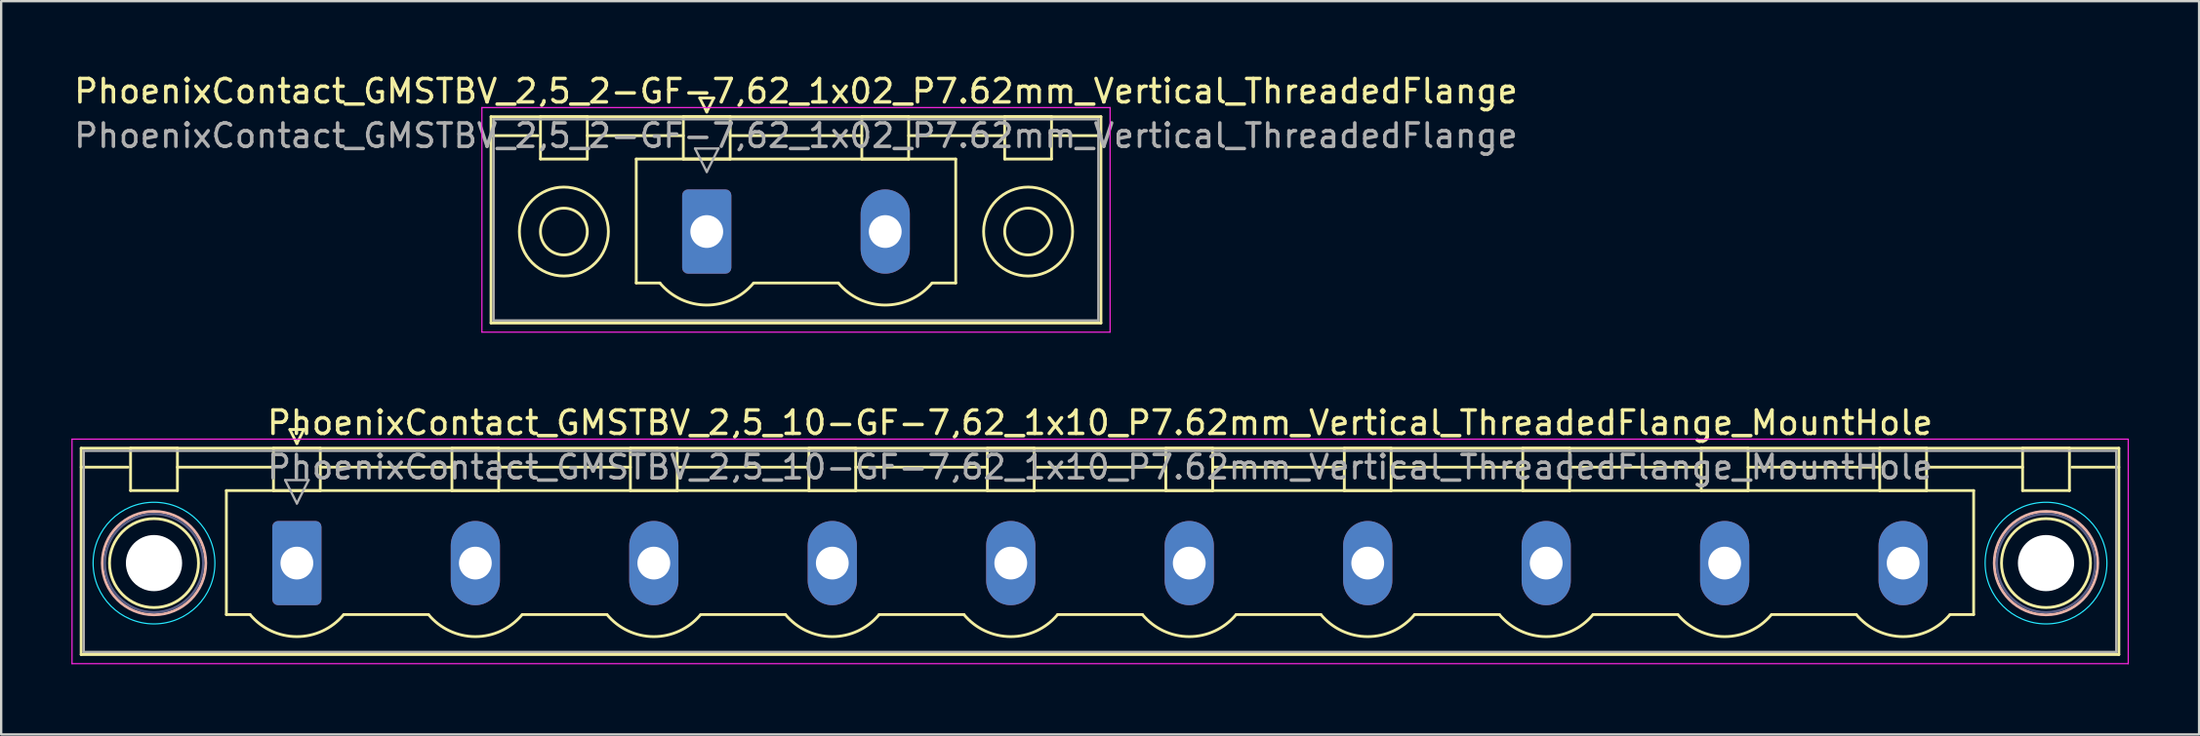
<source format=kicad_pcb>
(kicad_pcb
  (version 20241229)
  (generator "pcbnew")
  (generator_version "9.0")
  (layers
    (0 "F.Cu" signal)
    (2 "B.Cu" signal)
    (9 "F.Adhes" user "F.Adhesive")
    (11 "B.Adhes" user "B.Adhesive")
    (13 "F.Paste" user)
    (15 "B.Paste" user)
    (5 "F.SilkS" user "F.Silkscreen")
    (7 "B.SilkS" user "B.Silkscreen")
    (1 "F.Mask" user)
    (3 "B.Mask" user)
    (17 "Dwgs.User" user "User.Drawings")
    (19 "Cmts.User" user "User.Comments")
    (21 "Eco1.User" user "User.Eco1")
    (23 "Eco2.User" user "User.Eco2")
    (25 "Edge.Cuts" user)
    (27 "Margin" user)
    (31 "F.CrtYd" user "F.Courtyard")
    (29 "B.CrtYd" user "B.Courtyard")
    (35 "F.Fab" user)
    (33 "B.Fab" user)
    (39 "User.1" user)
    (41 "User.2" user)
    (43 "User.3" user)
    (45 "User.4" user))
  (footprint "PhoenixContact_GMSTBV_2,5_2-GF-7,62_1x02_P7.62mm_Vertical_ThreadedFlange"
    (layer "F.Cu")
    (at 27.125 6.848)
    (property "Reference" "PhoenixContact_GMSTBV_2,5_2-GF-7,62_1x02_P7.62mm_Vertical_ThreadedFlange" (at 3.81 -6 0) (layer "F.SilkS") (effects (font (size 1 1) (thickness 0.15))))
    (attr through_hole)
    (fp_line (start -9.21 -4.91) (end -9.21 3.91) (stroke (width 0.12) (type solid)) (layer "F.SilkS"))
    (fp_line (start -9.21 -4.1) (end -7.21 -4.1) (stroke (width 0.12) (type solid)) (layer "F.SilkS"))
    (fp_line (start -9.21 3.91) (end 16.83 3.91) (stroke (width 0.12) (type solid)) (layer "F.SilkS"))
    (fp_line (start -7.1 -4.91) (end -5.1 -4.91) (stroke (width 0.12) (type solid)) (layer "F.SilkS"))
    (fp_line (start -7.1 -3.1) (end -7.1 -4.91) (stroke (width 0.12) (type solid)) (layer "F.SilkS"))
    (fp_line (start -5.1 -4.91) (end -5.1 -3.1) (stroke (width 0.12) (type solid)) (layer "F.SilkS"))
    (fp_line (start -5.1 -4.1) (end -1 -4.1) (stroke (width 0.12) (type solid)) (layer "F.SilkS"))
    (fp_line (start -5.1 -3.1) (end -7.1 -3.1) (stroke (width 0.12) (type solid)) (layer "F.SilkS"))
    (fp_line (start -3.01 -3.1) (end 10.63 -3.1) (stroke (width 0.12) (type solid)) (layer "F.SilkS"))
    (fp_line (start -3.01 2.2) (end -3.01 -3.1) (stroke (width 0.12) (type solid)) (layer "F.SilkS"))
    (fp_line (start -2 2.2) (end -3.01 2.2) (stroke (width 0.12) (type solid)) (layer "F.SilkS"))
    (fp_line (start -1 -4.91) (end 1 -4.91) (stroke (width 0.12) (type solid)) (layer "F.SilkS"))
    (fp_line (start -1 -3.1) (end -1 -4.91) (stroke (width 0.12) (type solid)) (layer "F.SilkS"))
    (fp_line (start -0.3 -5.71) (end 0.3 -5.71) (stroke (width 0.12) (type solid)) (layer "F.SilkS"))
    (fp_line (start 0 -5.11) (end -0.3 -5.71) (stroke (width 0.12) (type solid)) (layer "F.SilkS"))
    (fp_line (start 0.3 -5.71) (end 0 -5.11) (stroke (width 0.12) (type solid)) (layer "F.SilkS"))
    (fp_line (start 1 -4.91) (end 1 -3.1) (stroke (width 0.12) (type solid)) (layer "F.SilkS"))
    (fp_line (start 1 -4.1) (end 6.62 -4.1) (stroke (width 0.12) (type solid)) (layer "F.SilkS"))
    (fp_line (start 1 -3.1) (end -1 -3.1) (stroke (width 0.12) (type solid)) (layer "F.SilkS"))
    (fp_line (start 2 2.2) (end 5.62 2.2) (stroke (width 0.12) (type solid)) (layer "F.SilkS"))
    (fp_line (start 6.62 -4.91) (end 8.62 -4.91) (stroke (width 0.12) (type solid)) (layer "F.SilkS"))
    (fp_line (start 6.62 -3.1) (end 6.62 -4.91) (stroke (width 0.12) (type solid)) (layer "F.SilkS"))
    (fp_line (start 8.62 -4.91) (end 8.62 -3.1) (stroke (width 0.12) (type solid)) (layer "F.SilkS"))
    (fp_line (start 8.62 -4.1) (end 12.72 -4.1) (stroke (width 0.12) (type solid)) (layer "F.SilkS"))
    (fp_line (start 8.62 -3.1) (end 6.62 -3.1) (stroke (width 0.12) (type solid)) (layer "F.SilkS"))
    (fp_line (start 10.63 -3.1) (end 10.63 2.2) (stroke (width 0.12) (type solid)) (layer "F.SilkS"))
    (fp_line (start 10.63 2.2) (end 9.62 2.2) (stroke (width 0.12) (type solid)) (layer "F.SilkS"))
    (fp_line (start 12.72 -4.91) (end 14.72 -4.91) (stroke (width 0.12) (type solid)) (layer "F.SilkS"))
    (fp_line (start 12.72 -3.1) (end 12.72 -4.91) (stroke (width 0.12) (type solid)) (layer "F.SilkS"))
    (fp_line (start 14.72 -4.91) (end 14.72 -3.1) (stroke (width 0.12) (type solid)) (layer "F.SilkS"))
    (fp_line (start 14.72 -3.1) (end 12.72 -3.1) (stroke (width 0.12) (type solid)) (layer "F.SilkS"))
    (fp_line (start 16.83 -4.91) (end -9.21 -4.91) (stroke (width 0.12) (type solid)) (layer "F.SilkS"))
    (fp_line (start 16.83 -4.1) (end 14.83 -4.1) (stroke (width 0.12) (type solid)) (layer "F.SilkS"))
    (fp_line (start 16.83 3.91) (end 16.83 -4.91) (stroke (width 0.12) (type solid)) (layer "F.SilkS"))
    (fp_arc (start 1.986842 2.215821) (mid -0.010289 3.142758) (end -2 2.2) (stroke (width 0.12) (type solid)) (layer "F.SilkS"))
    (fp_arc (start 9.606842 2.215821) (mid 7.609711 3.142758) (end 5.62 2.2) (stroke (width 0.12) (type solid)) (layer "F.SilkS"))
    (fp_circle (center -6.1 0) (end -5.1 0) (stroke (width 0.12) (type solid)) (fill no) (layer "F.SilkS"))
    (fp_circle (center -6.1 0) (end -4.2 0) (stroke (width 0.12) (type solid)) (fill no) (layer "F.SilkS"))
    (fp_circle (center 13.72 0) (end 14.72 0) (stroke (width 0.12) (type solid)) (fill no) (layer "F.SilkS"))
    (fp_circle (center 13.72 0) (end 15.62 0) (stroke (width 0.12) (type solid)) (fill no) (layer "F.SilkS"))
    (fp_line (start -9.6 -5.3) (end -9.6 4.3) (stroke (width 0.05) (type solid)) (layer "F.CrtYd"))
    (fp_line (start -9.6 4.3) (end 17.22 4.3) (stroke (width 0.05) (type solid)) (layer "F.CrtYd"))
    (fp_line (start 17.22 -5.3) (end -9.6 -5.3) (stroke (width 0.05) (type solid)) (layer "F.CrtYd"))
    (fp_line (start 17.22 4.3) (end 17.22 -5.3) (stroke (width 0.05) (type solid)) (layer "F.CrtYd"))
    (fp_line (start -9.1 -4.8) (end -9.1 3.8) (stroke (width 0.1) (type solid)) (layer "F.Fab"))
    (fp_line (start -9.1 3.8) (end 16.72 3.8) (stroke (width 0.1) (type solid)) (layer "F.Fab"))
    (fp_line (start -0.5 -3.55) (end 0.5 -3.55) (stroke (width 0.1) (type solid)) (layer "F.Fab"))
    (fp_line (start 0 -2.55) (end -0.5 -3.55) (stroke (width 0.1) (type solid)) (layer "F.Fab"))
    (fp_line (start 0.5 -3.55) (end 0 -2.55) (stroke (width 0.1) (type solid)) (layer "F.Fab"))
    (fp_line (start 16.72 -4.8) (end -9.1 -4.8) (stroke (width 0.1) (type solid)) (layer "F.Fab"))
    (fp_line (start 16.72 3.8) (end 16.72 -4.8) (stroke (width 0.1) (type solid)) (layer "F.Fab"))
    (fp_text user "${REFERENCE}" (at 3.81 -4.1 0) (layer "F.Fab") (effects (font (size 1 1) (thickness 0.15))))
    (pad "1" thru_hole roundrect (at 0 0) (size 2.1 3.6) (drill 1.4) (layers "*.Cu" "*.Mask") (roundrect_rratio 0.119))
    (pad "2" thru_hole oval (at 7.62 0) (size 2.1 3.6) (drill 1.4) (layers "*.Cu" "*.Mask")))
  (footprint "PhoenixContact_GMSTBV_2,5_10-GF-7,62_1x10_P7.62mm_Vertical_ThreadedFlange_MountHole"
    (layer "F.Cu")
    (at 9.625 21.021)
    (property "Reference" "PhoenixContact_GMSTBV_2,5_10-GF-7,62_1x10_P7.62mm_Vertical_ThreadedFlange_MountHole" (at 34.29 -6 0) (layer "F.SilkS") (effects (font (size 1 1) (thickness 0.15))))
    (attr through_hole)
    (fp_line (start -9.21 -4.91) (end -9.21 3.91) (stroke (width 0.12) (type solid)) (layer "F.SilkS"))
    (fp_line (start -9.21 -4.1) (end -7.21 -4.1) (stroke (width 0.12) (type solid)) (layer "F.SilkS"))
    (fp_line (start -9.21 3.91) (end 77.79 3.91) (stroke (width 0.12) (type solid)) (layer "F.SilkS"))
    (fp_line (start -7.1 -4.91) (end -5.1 -4.91) (stroke (width 0.12) (type solid)) (layer "F.SilkS"))
    (fp_line (start -7.1 -3.1) (end -7.1 -4.91) (stroke (width 0.12) (type solid)) (layer "F.SilkS"))
    (fp_line (start -5.1 -4.91) (end -5.1 -3.1) (stroke (width 0.12) (type solid)) (layer "F.SilkS"))
    (fp_line (start -5.1 -4.1) (end -1 -4.1) (stroke (width 0.12) (type solid)) (layer "F.SilkS"))
    (fp_line (start -5.1 -3.1) (end -7.1 -3.1) (stroke (width 0.12) (type solid)) (layer "F.SilkS"))
    (fp_line (start -3.01 -3.1) (end 71.59 -3.1) (stroke (width 0.12) (type solid)) (layer "F.SilkS"))
    (fp_line (start -3.01 2.2) (end -3.01 -3.1) (stroke (width 0.12) (type solid)) (layer "F.SilkS"))
    (fp_line (start -2 2.2) (end -3.01 2.2) (stroke (width 0.12) (type solid)) (layer "F.SilkS"))
    (fp_line (start -1 -4.91) (end 1 -4.91) (stroke (width 0.12) (type solid)) (layer "F.SilkS"))
    (fp_line (start -1 -3.1) (end -1 -4.91) (stroke (width 0.12) (type solid)) (layer "F.SilkS"))
    (fp_line (start -0.3 -5.71) (end 0.3 -5.71) (stroke (width 0.12) (type solid)) (layer "F.SilkS"))
    (fp_line (start 0 -5.11) (end -0.3 -5.71) (stroke (width 0.12) (type solid)) (layer "F.SilkS"))
    (fp_line (start 0.3 -5.71) (end 0 -5.11) (stroke (width 0.12) (type solid)) (layer "F.SilkS"))
    (fp_line (start 1 -4.91) (end 1 -3.1) (stroke (width 0.12) (type solid)) (layer "F.SilkS"))
    (fp_line (start 1 -4.1) (end 6.62 -4.1) (stroke (width 0.12) (type solid)) (layer "F.SilkS"))
    (fp_line (start 1 -3.1) (end -1 -3.1) (stroke (width 0.12) (type solid)) (layer "F.SilkS"))
    (fp_line (start 2 2.2) (end 5.62 2.2) (stroke (width 0.12) (type solid)) (layer "F.SilkS"))
    (fp_line (start 6.62 -4.91) (end 8.62 -4.91) (stroke (width 0.12) (type solid)) (layer "F.SilkS"))
    (fp_line (start 6.62 -3.1) (end 6.62 -4.91) (stroke (width 0.12) (type solid)) (layer "F.SilkS"))
    (fp_line (start 8.62 -4.91) (end 8.62 -3.1) (stroke (width 0.12) (type solid)) (layer "F.SilkS"))
    (fp_line (start 8.62 -4.1) (end 14.24 -4.1) (stroke (width 0.12) (type solid)) (layer "F.SilkS"))
    (fp_line (start 8.62 -3.1) (end 6.62 -3.1) (stroke (width 0.12) (type solid)) (layer "F.SilkS"))
    (fp_line (start 9.62 2.2) (end 13.24 2.2) (stroke (width 0.12) (type solid)) (layer "F.SilkS"))
    (fp_line (start 14.24 -4.91) (end 16.24 -4.91) (stroke (width 0.12) (type solid)) (layer "F.SilkS"))
    (fp_line (start 14.24 -3.1) (end 14.24 -4.91) (stroke (width 0.12) (type solid)) (layer "F.SilkS"))
    (fp_line (start 16.24 -4.91) (end 16.24 -3.1) (stroke (width 0.12) (type solid)) (layer "F.SilkS"))
    (fp_line (start 16.24 -4.1) (end 21.86 -4.1) (stroke (width 0.12) (type solid)) (layer "F.SilkS"))
    (fp_line (start 16.24 -3.1) (end 14.24 -3.1) (stroke (width 0.12) (type solid)) (layer "F.SilkS"))
    (fp_line (start 17.24 2.2) (end 20.86 2.2) (stroke (width 0.12) (type solid)) (layer "F.SilkS"))
    (fp_line (start 21.86 -4.91) (end 23.86 -4.91) (stroke (width 0.12) (type solid)) (layer "F.SilkS"))
    (fp_line (start 21.86 -3.1) (end 21.86 -4.91) (stroke (width 0.12) (type solid)) (layer "F.SilkS"))
    (fp_line (start 23.86 -4.91) (end 23.86 -3.1) (stroke (width 0.12) (type solid)) (layer "F.SilkS"))
    (fp_line (start 23.86 -4.1) (end 29.48 -4.1) (stroke (width 0.12) (type solid)) (layer "F.SilkS"))
    (fp_line (start 23.86 -3.1) (end 21.86 -3.1) (stroke (width 0.12) (type solid)) (layer "F.SilkS"))
    (fp_line (start 24.86 2.2) (end 28.48 2.2) (stroke (width 0.12) (type solid)) (layer "F.SilkS"))
    (fp_line (start 29.48 -4.91) (end 31.48 -4.91) (stroke (width 0.12) (type solid)) (layer "F.SilkS"))
    (fp_line (start 29.48 -3.1) (end 29.48 -4.91) (stroke (width 0.12) (type solid)) (layer "F.SilkS"))
    (fp_line (start 31.48 -4.91) (end 31.48 -3.1) (stroke (width 0.12) (type solid)) (layer "F.SilkS"))
    (fp_line (start 31.48 -4.1) (end 37.1 -4.1) (stroke (width 0.12) (type solid)) (layer "F.SilkS"))
    (fp_line (start 31.48 -3.1) (end 29.48 -3.1) (stroke (width 0.12) (type solid)) (layer "F.SilkS"))
    (fp_line (start 32.48 2.2) (end 36.1 2.2) (stroke (width 0.12) (type solid)) (layer "F.SilkS"))
    (fp_line (start 37.1 -4.91) (end 39.1 -4.91) (stroke (width 0.12) (type solid)) (layer "F.SilkS"))
    (fp_line (start 37.1 -3.1) (end 37.1 -4.91) (stroke (width 0.12) (type solid)) (layer "F.SilkS"))
    (fp_line (start 39.1 -4.91) (end 39.1 -3.1) (stroke (width 0.12) (type solid)) (layer "F.SilkS"))
    (fp_line (start 39.1 -4.1) (end 44.72 -4.1) (stroke (width 0.12) (type solid)) (layer "F.SilkS"))
    (fp_line (start 39.1 -3.1) (end 37.1 -3.1) (stroke (width 0.12) (type solid)) (layer "F.SilkS"))
    (fp_line (start 40.1 2.2) (end 43.72 2.2) (stroke (width 0.12) (type solid)) (layer "F.SilkS"))
    (fp_line (start 44.72 -4.91) (end 46.72 -4.91) (stroke (width 0.12) (type solid)) (layer "F.SilkS"))
    (fp_line (start 44.72 -3.1) (end 44.72 -4.91) (stroke (width 0.12) (type solid)) (layer "F.SilkS"))
    (fp_line (start 46.72 -4.91) (end 46.72 -3.1) (stroke (width 0.12) (type solid)) (layer "F.SilkS"))
    (fp_line (start 46.72 -4.1) (end 52.34 -4.1) (stroke (width 0.12) (type solid)) (layer "F.SilkS"))
    (fp_line (start 46.72 -3.1) (end 44.72 -3.1) (stroke (width 0.12) (type solid)) (layer "F.SilkS"))
    (fp_line (start 47.72 2.2) (end 51.34 2.2) (stroke (width 0.12) (type solid)) (layer "F.SilkS"))
    (fp_line (start 52.34 -4.91) (end 54.34 -4.91) (stroke (width 0.12) (type solid)) (layer "F.SilkS"))
    (fp_line (start 52.34 -3.1) (end 52.34 -4.91) (stroke (width 0.12) (type solid)) (layer "F.SilkS"))
    (fp_line (start 54.34 -4.91) (end 54.34 -3.1) (stroke (width 0.12) (type solid)) (layer "F.SilkS"))
    (fp_line (start 54.34 -4.1) (end 59.96 -4.1) (stroke (width 0.12) (type solid)) (layer "F.SilkS"))
    (fp_line (start 54.34 -3.1) (end 52.34 -3.1) (stroke (width 0.12) (type solid)) (layer "F.SilkS"))
    (fp_line (start 55.34 2.2) (end 58.96 2.2) (stroke (width 0.12) (type solid)) (layer "F.SilkS"))
    (fp_line (start 59.96 -4.91) (end 61.96 -4.91) (stroke (width 0.12) (type solid)) (layer "F.SilkS"))
    (fp_line (start 59.96 -3.1) (end 59.96 -4.91) (stroke (width 0.12) (type solid)) (layer "F.SilkS"))
    (fp_line (start 61.96 -4.91) (end 61.96 -3.1) (stroke (width 0.12) (type solid)) (layer "F.SilkS"))
    (fp_line (start 61.96 -4.1) (end 67.58 -4.1) (stroke (width 0.12) (type solid)) (layer "F.SilkS"))
    (fp_line (start 61.96 -3.1) (end 59.96 -3.1) (stroke (width 0.12) (type solid)) (layer "F.SilkS"))
    (fp_line (start 62.96 2.2) (end 66.58 2.2) (stroke (width 0.12) (type solid)) (layer "F.SilkS"))
    (fp_line (start 67.58 -4.91) (end 69.58 -4.91) (stroke (width 0.12) (type solid)) (layer "F.SilkS"))
    (fp_line (start 67.58 -3.1) (end 67.58 -4.91) (stroke (width 0.12) (type solid)) (layer "F.SilkS"))
    (fp_line (start 69.58 -4.91) (end 69.58 -3.1) (stroke (width 0.12) (type solid)) (layer "F.SilkS"))
    (fp_line (start 69.58 -4.1) (end 73.68 -4.1) (stroke (width 0.12) (type solid)) (layer "F.SilkS"))
    (fp_line (start 69.58 -3.1) (end 67.58 -3.1) (stroke (width 0.12) (type solid)) (layer "F.SilkS"))
    (fp_line (start 71.59 -3.1) (end 71.59 2.2) (stroke (width 0.12) (type solid)) (layer "F.SilkS"))
    (fp_line (start 71.59 2.2) (end 70.58 2.2) (stroke (width 0.12) (type solid)) (layer "F.SilkS"))
    (fp_line (start 73.68 -4.91) (end 75.68 -4.91) (stroke (width 0.12) (type solid)) (layer "F.SilkS"))
    (fp_line (start 73.68 -3.1) (end 73.68 -4.91) (stroke (width 0.12) (type solid)) (layer "F.SilkS"))
    (fp_line (start 75.68 -4.91) (end 75.68 -3.1) (stroke (width 0.12) (type solid)) (layer "F.SilkS"))
    (fp_line (start 75.68 -3.1) (end 73.68 -3.1) (stroke (width 0.12) (type solid)) (layer "F.SilkS"))
    (fp_line (start 77.79 -4.91) (end -9.21 -4.91) (stroke (width 0.12) (type solid)) (layer "F.SilkS"))
    (fp_line (start 77.79 -4.1) (end 75.79 -4.1) (stroke (width 0.12) (type solid)) (layer "F.SilkS"))
    (fp_line (start 77.79 3.91) (end 77.79 -4.91) (stroke (width 0.12) (type solid)) (layer "F.SilkS"))
    (fp_arc (start 1.986842 2.215821) (mid -0.010289 3.142758) (end -2 2.2) (stroke (width 0.12) (type solid)) (layer "F.SilkS"))
    (fp_arc (start 9.606842 2.215821) (mid 7.609711 3.142758) (end 5.62 2.2) (stroke (width 0.12) (type solid)) (layer "F.SilkS"))
    (fp_arc (start 17.226842 2.215821) (mid 15.229711 3.142758) (end 13.24 2.2) (stroke (width 0.12) (type solid)) (layer "F.SilkS"))
    (fp_arc (start 24.846842 2.215821) (mid 22.849711 3.142758) (end 20.86 2.2) (stroke (width 0.12) (type solid)) (layer "F.SilkS"))
    (fp_arc (start 32.466842 2.215821) (mid 30.469711 3.142758) (end 28.48 2.2) (stroke (width 0.12) (type solid)) (layer "F.SilkS"))
    (fp_arc (start 40.086842 2.215821) (mid 38.089711 3.142758) (end 36.1 2.2) (stroke (width 0.12) (type solid)) (layer "F.SilkS"))
    (fp_arc (start 47.706842 2.215821) (mid 45.709711 3.142758) (end 43.72 2.2) (stroke (width 0.12) (type solid)) (layer "F.SilkS"))
    (fp_arc (start 55.326842 2.215821) (mid 53.329711 3.142758) (end 51.34 2.2) (stroke (width 0.12) (type solid)) (layer "F.SilkS"))
    (fp_arc (start 62.946842 2.215821) (mid 60.949711 3.142758) (end 58.96 2.2) (stroke (width 0.12) (type solid)) (layer "F.SilkS"))
    (fp_arc (start 70.566842 2.215821) (mid 68.569711 3.142758) (end 66.58 2.2) (stroke (width 0.12) (type solid)) (layer "F.SilkS"))
    (fp_circle (center -6.1 0) (end -4.2 0) (stroke (width 0.12) (type solid)) (fill no) (layer "F.SilkS"))
    (fp_circle (center 74.68 0) (end 76.58 0) (stroke (width 0.12) (type solid)) (fill no) (layer "F.SilkS"))
    (fp_circle (center -6.1 0) (end -3.89 0) (stroke (width 0.12) (type solid)) (fill no) (layer "B.SilkS"))
    (fp_circle (center 74.68 0) (end 76.89 0) (stroke (width 0.12) (type solid)) (fill no) (layer "B.SilkS"))
    (fp_circle (center -6.1 0) (end -3.5 0) (stroke (width 0.05) (type solid)) (fill no) (layer "B.CrtYd"))
    (fp_circle (center 74.68 0) (end 77.28 0) (stroke (width 0.05) (type solid)) (fill no) (layer "B.CrtYd"))
    (fp_line (start -9.6 -5.3) (end -9.6 4.3) (stroke (width 0.05) (type solid)) (layer "F.CrtYd"))
    (fp_line (start -9.6 4.3) (end 78.19 4.3) (stroke (width 0.05) (type solid)) (layer "F.CrtYd"))
    (fp_line (start 78.19 -5.3) (end -9.6 -5.3) (stroke (width 0.05) (type solid)) (layer "F.CrtYd"))
    (fp_line (start 78.19 4.3) (end 78.19 -5.3) (stroke (width 0.05) (type solid)) (layer "F.CrtYd"))
    (fp_circle (center -6.1 0) (end -4 0) (stroke (width 0.1) (type solid)) (fill no) (layer "B.Fab"))
    (fp_circle (center 74.68 0) (end 76.78 0) (stroke (width 0.1) (type solid)) (fill no) (layer "B.Fab"))
    (fp_line (start -9.1 -4.8) (end -9.1 3.8) (stroke (width 0.1) (type solid)) (layer "F.Fab"))
    (fp_line (start -9.1 3.8) (end 77.68 3.8) (stroke (width 0.1) (type solid)) (layer "F.Fab"))
    (fp_line (start -0.5 -3.55) (end 0.5 -3.55) (stroke (width 0.1) (type solid)) (layer "F.Fab"))
    (fp_line (start 0 -2.55) (end -0.5 -3.55) (stroke (width 0.1) (type solid)) (layer "F.Fab"))
    (fp_line (start 0.5 -3.55) (end 0 -2.55) (stroke (width 0.1) (type solid)) (layer "F.Fab"))
    (fp_line (start 77.68 -4.8) (end -9.1 -4.8) (stroke (width 0.1) (type solid)) (layer "F.Fab"))
    (fp_line (start 77.68 3.8) (end 77.68 -4.8) (stroke (width 0.1) (type solid)) (layer "F.Fab"))
    (fp_text user "${REFERENCE}" (at 34.29 -4.1 0) (layer "F.Fab") (effects (font (size 1 1) (thickness 0.15))))
    (pad "" np_thru_hole circle (at -6.1 0) (size 2.4 2.4) (drill 2.4) (layers "*.Cu" "*.Mask"))
    (pad "" np_thru_hole circle (at 74.68 0) (size 2.4 2.4) (drill 2.4) (layers "*.Cu" "*.Mask"))
    (pad "1" thru_hole roundrect (at 0 0) (size 2.1 3.6) (drill 1.4) (layers "*.Cu" "*.Mask") (roundrect_rratio 0.119))
    (pad "2" thru_hole oval (at 7.62 0) (size 2.1 3.6) (drill 1.4) (layers "*.Cu" "*.Mask"))
    (pad "3" thru_hole oval (at 15.24 0) (size 2.1 3.6) (drill 1.4) (layers "*.Cu" "*.Mask"))
    (pad "4" thru_hole oval (at 22.86 0) (size 2.1 3.6) (drill 1.4) (layers "*.Cu" "*.Mask"))
    (pad "5" thru_hole oval (at 30.48 0) (size 2.1 3.6) (drill 1.4) (layers "*.Cu" "*.Mask"))
    (pad "6" thru_hole oval (at 38.1 0) (size 2.1 3.6) (drill 1.4) (layers "*.Cu" "*.Mask"))
    (pad "7" thru_hole oval (at 45.72 0) (size 2.1 3.6) (drill 1.4) (layers "*.Cu" "*.Mask"))
    (pad "8" thru_hole oval (at 53.34 0) (size 2.1 3.6) (drill 1.4) (layers "*.Cu" "*.Mask"))
    (pad "9" thru_hole oval (at 60.96 0) (size 2.1 3.6) (drill 1.4) (layers "*.Cu" "*.Mask"))
    (pad "10" thru_hole oval (at 68.58 0) (size 2.1 3.6) (drill 1.4) (layers "*.Cu" "*.Mask")))
  (gr_rect
    (start -3 -3)
    (end 90.84 28.346)
    (stroke (width 0.1) (type default))
    (fill no)
    (layer "Edge.Cuts")))
</source>
